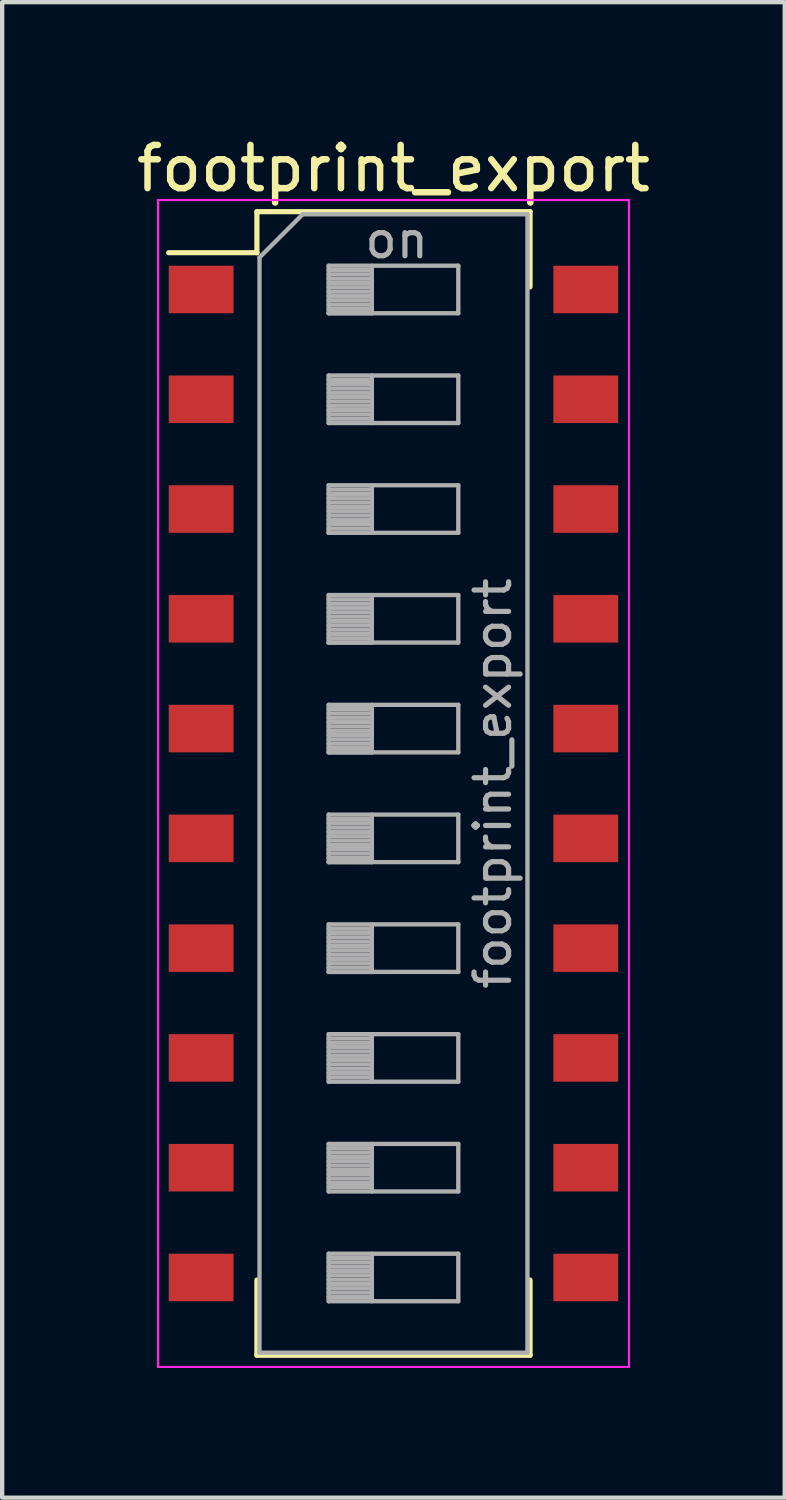
<source format=kicad_pcb>
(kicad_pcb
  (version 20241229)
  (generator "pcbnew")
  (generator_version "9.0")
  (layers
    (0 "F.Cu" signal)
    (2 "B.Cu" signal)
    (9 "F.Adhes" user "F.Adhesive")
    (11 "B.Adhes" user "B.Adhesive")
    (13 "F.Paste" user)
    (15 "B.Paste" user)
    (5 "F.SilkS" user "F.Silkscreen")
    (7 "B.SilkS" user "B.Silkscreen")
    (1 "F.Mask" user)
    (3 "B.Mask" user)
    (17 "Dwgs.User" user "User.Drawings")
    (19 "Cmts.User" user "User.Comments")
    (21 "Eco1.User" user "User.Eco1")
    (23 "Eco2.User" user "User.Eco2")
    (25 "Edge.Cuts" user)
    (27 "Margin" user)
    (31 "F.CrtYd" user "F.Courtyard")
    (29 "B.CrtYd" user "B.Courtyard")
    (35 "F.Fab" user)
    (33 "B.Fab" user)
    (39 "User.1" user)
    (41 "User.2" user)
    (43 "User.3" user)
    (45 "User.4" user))
  (footprint "footprint_export"
    (layer "F.Cu")
    (at 6.054 15.078)
    (property "Reference" "footprint_export" (at 0 -14.23 0) (layer "F.SilkS") (effects (font (size 1 1) (thickness 0.15))))
    (attr smd)
    (fp_line (start -5.2 -12.281) (end -3.16 -12.281) (stroke (width 0.12) (type solid)) (layer "F.SilkS"))
    (fp_line (start -3.16 -13.23) (end -3.16 -12.281) (stroke (width 0.12) (type solid)) (layer "F.SilkS"))
    (fp_line (start -3.16 -13.23) (end 3.16 -13.23) (stroke (width 0.12) (type solid)) (layer "F.SilkS"))
    (fp_line (start -3.16 11.49) (end -3.16 13.23) (stroke (width 0.12) (type solid)) (layer "F.SilkS"))
    (fp_line (start -3.16 13.23) (end 3.16 13.23) (stroke (width 0.12) (type solid)) (layer "F.SilkS"))
    (fp_line (start 3.16 -13.23) (end 3.16 -11.491) (stroke (width 0.12) (type solid)) (layer "F.SilkS"))
    (fp_line (start 3.16 11.49) (end 3.16 13.23) (stroke (width 0.12) (type solid)) (layer "F.SilkS"))
    (fp_line (start -5.45 -13.5) (end -5.45 13.5) (stroke (width 0.05) (type solid)) (layer "F.CrtYd"))
    (fp_line (start -5.45 13.5) (end 5.45 13.5) (stroke (width 0.05) (type solid)) (layer "F.CrtYd"))
    (fp_line (start 5.45 -13.5) (end -5.45 -13.5) (stroke (width 0.05) (type solid)) (layer "F.CrtYd"))
    (fp_line (start 5.45 13.5) (end 5.45 -13.5) (stroke (width 0.05) (type solid)) (layer "F.CrtYd"))
    (fp_line (start -3.1 -12.17) (end -2.1 -13.17) (stroke (width 0.1) (type solid)) (layer "F.Fab"))
    (fp_line (start -3.1 13.17) (end -3.1 -12.17) (stroke (width 0.1) (type solid)) (layer "F.Fab"))
    (fp_line (start -2.1 -13.17) (end 3.1 -13.17) (stroke (width 0.1) (type solid)) (layer "F.Fab"))
    (fp_line (start -1.5 -11.98) (end -1.5 -10.88) (stroke (width 0.1) (type solid)) (layer "F.Fab"))
    (fp_line (start -1.5 -11.88) (end -0.5 -11.88) (stroke (width 0.1) (type solid)) (layer "F.Fab"))
    (fp_line (start -1.5 -11.78) (end -0.5 -11.78) (stroke (width 0.1) (type solid)) (layer "F.Fab"))
    (fp_line (start -1.5 -11.68) (end -0.5 -11.68) (stroke (width 0.1) (type solid)) (layer "F.Fab"))
    (fp_line (start -1.5 -11.58) (end -0.5 -11.58) (stroke (width 0.1) (type solid)) (layer "F.Fab"))
    (fp_line (start -1.5 -11.48) (end -0.5 -11.48) (stroke (width 0.1) (type solid)) (layer "F.Fab"))
    (fp_line (start -1.5 -11.38) (end -0.5 -11.38) (stroke (width 0.1) (type solid)) (layer "F.Fab"))
    (fp_line (start -1.5 -11.28) (end -0.5 -11.28) (stroke (width 0.1) (type solid)) (layer "F.Fab"))
    (fp_line (start -1.5 -11.18) (end -0.5 -11.18) (stroke (width 0.1) (type solid)) (layer "F.Fab"))
    (fp_line (start -1.5 -11.08) (end -0.5 -11.08) (stroke (width 0.1) (type solid)) (layer "F.Fab"))
    (fp_line (start -1.5 -10.98) (end -0.5 -10.98) (stroke (width 0.1) (type solid)) (layer "F.Fab"))
    (fp_line (start -1.5 -10.88) (end -0.5 -10.88) (stroke (width 0.1) (type solid)) (layer "F.Fab"))
    (fp_line (start -1.5 -10.88) (end 1.5 -10.88) (stroke (width 0.1) (type solid)) (layer "F.Fab"))
    (fp_line (start -1.5 -9.44) (end -1.5 -8.34) (stroke (width 0.1) (type solid)) (layer "F.Fab"))
    (fp_line (start -1.5 -9.34) (end -0.5 -9.34) (stroke (width 0.1) (type solid)) (layer "F.Fab"))
    (fp_line (start -1.5 -9.24) (end -0.5 -9.24) (stroke (width 0.1) (type solid)) (layer "F.Fab"))
    (fp_line (start -1.5 -9.14) (end -0.5 -9.14) (stroke (width 0.1) (type solid)) (layer "F.Fab"))
    (fp_line (start -1.5 -9.04) (end -0.5 -9.04) (stroke (width 0.1) (type solid)) (layer "F.Fab"))
    (fp_line (start -1.5 -8.94) (end -0.5 -8.94) (stroke (width 0.1) (type solid)) (layer "F.Fab"))
    (fp_line (start -1.5 -8.84) (end -0.5 -8.84) (stroke (width 0.1) (type solid)) (layer "F.Fab"))
    (fp_line (start -1.5 -8.74) (end -0.5 -8.74) (stroke (width 0.1) (type solid)) (layer "F.Fab"))
    (fp_line (start -1.5 -8.64) (end -0.5 -8.64) (stroke (width 0.1) (type solid)) (layer "F.Fab"))
    (fp_line (start -1.5 -8.54) (end -0.5 -8.54) (stroke (width 0.1) (type solid)) (layer "F.Fab"))
    (fp_line (start -1.5 -8.44) (end -0.5 -8.44) (stroke (width 0.1) (type solid)) (layer "F.Fab"))
    (fp_line (start -1.5 -8.34) (end 1.5 -8.34) (stroke (width 0.1) (type solid)) (layer "F.Fab"))
    (fp_line (start -1.5 -6.9) (end -1.5 -5.8) (stroke (width 0.1) (type solid)) (layer "F.Fab"))
    (fp_line (start -1.5 -6.8) (end -0.5 -6.8) (stroke (width 0.1) (type solid)) (layer "F.Fab"))
    (fp_line (start -1.5 -6.7) (end -0.5 -6.7) (stroke (width 0.1) (type solid)) (layer "F.Fab"))
    (fp_line (start -1.5 -6.6) (end -0.5 -6.6) (stroke (width 0.1) (type solid)) (layer "F.Fab"))
    (fp_line (start -1.5 -6.5) (end -0.5 -6.5) (stroke (width 0.1) (type solid)) (layer "F.Fab"))
    (fp_line (start -1.5 -6.4) (end -0.5 -6.4) (stroke (width 0.1) (type solid)) (layer "F.Fab"))
    (fp_line (start -1.5 -6.3) (end -0.5 -6.3) (stroke (width 0.1) (type solid)) (layer "F.Fab"))
    (fp_line (start -1.5 -6.2) (end -0.5 -6.2) (stroke (width 0.1) (type solid)) (layer "F.Fab"))
    (fp_line (start -1.5 -6.1) (end -0.5 -6.1) (stroke (width 0.1) (type solid)) (layer "F.Fab"))
    (fp_line (start -1.5 -6) (end -0.5 -6) (stroke (width 0.1) (type solid)) (layer "F.Fab"))
    (fp_line (start -1.5 -5.9) (end -0.5 -5.9) (stroke (width 0.1) (type solid)) (layer "F.Fab"))
    (fp_line (start -1.5 -5.8) (end -0.5 -5.8) (stroke (width 0.1) (type solid)) (layer "F.Fab"))
    (fp_line (start -1.5 -5.8) (end 1.5 -5.8) (stroke (width 0.1) (type solid)) (layer "F.Fab"))
    (fp_line (start -1.5 -4.36) (end -1.5 -3.26) (stroke (width 0.1) (type solid)) (layer "F.Fab"))
    (fp_line (start -1.5 -4.26) (end -0.5 -4.26) (stroke (width 0.1) (type solid)) (layer "F.Fab"))
    (fp_line (start -1.5 -4.16) (end -0.5 -4.16) (stroke (width 0.1) (type solid)) (layer "F.Fab"))
    (fp_line (start -1.5 -4.06) (end -0.5 -4.06) (stroke (width 0.1) (type solid)) (layer "F.Fab"))
    (fp_line (start -1.5 -3.96) (end -0.5 -3.96) (stroke (width 0.1) (type solid)) (layer "F.Fab"))
    (fp_line (start -1.5 -3.86) (end -0.5 -3.86) (stroke (width 0.1) (type solid)) (layer "F.Fab"))
    (fp_line (start -1.5 -3.76) (end -0.5 -3.76) (stroke (width 0.1) (type solid)) (layer "F.Fab"))
    (fp_line (start -1.5 -3.66) (end -0.5 -3.66) (stroke (width 0.1) (type solid)) (layer "F.Fab"))
    (fp_line (start -1.5 -3.56) (end -0.5 -3.56) (stroke (width 0.1) (type solid)) (layer "F.Fab"))
    (fp_line (start -1.5 -3.46) (end -0.5 -3.46) (stroke (width 0.1) (type solid)) (layer "F.Fab"))
    (fp_line (start -1.5 -3.36) (end -0.5 -3.36) (stroke (width 0.1) (type solid)) (layer "F.Fab"))
    (fp_line (start -1.5 -3.26) (end -0.5 -3.26) (stroke (width 0.1) (type solid)) (layer "F.Fab"))
    (fp_line (start -1.5 -3.26) (end 1.5 -3.26) (stroke (width 0.1) (type solid)) (layer "F.Fab"))
    (fp_line (start -1.5 -1.82) (end -1.5 -0.72) (stroke (width 0.1) (type solid)) (layer "F.Fab"))
    (fp_line (start -1.5 -1.72) (end -0.5 -1.72) (stroke (width 0.1) (type solid)) (layer "F.Fab"))
    (fp_line (start -1.5 -1.62) (end -0.5 -1.62) (stroke (width 0.1) (type solid)) (layer "F.Fab"))
    (fp_line (start -1.5 -1.52) (end -0.5 -1.52) (stroke (width 0.1) (type solid)) (layer "F.Fab"))
    (fp_line (start -1.5 -1.42) (end -0.5 -1.42) (stroke (width 0.1) (type solid)) (layer "F.Fab"))
    (fp_line (start -1.5 -1.32) (end -0.5 -1.32) (stroke (width 0.1) (type solid)) (layer "F.Fab"))
    (fp_line (start -1.5 -1.22) (end -0.5 -1.22) (stroke (width 0.1) (type solid)) (layer "F.Fab"))
    (fp_line (start -1.5 -1.12) (end -0.5 -1.12) (stroke (width 0.1) (type solid)) (layer "F.Fab"))
    (fp_line (start -1.5 -1.02) (end -0.5 -1.02) (stroke (width 0.1) (type solid)) (layer "F.Fab"))
    (fp_line (start -1.5 -0.92) (end -0.5 -0.92) (stroke (width 0.1) (type solid)) (layer "F.Fab"))
    (fp_line (start -1.5 -0.82) (end -0.5 -0.82) (stroke (width 0.1) (type solid)) (layer "F.Fab"))
    (fp_line (start -1.5 -0.72) (end -0.5 -0.72) (stroke (width 0.1) (type solid)) (layer "F.Fab"))
    (fp_line (start -1.5 -0.72) (end 1.5 -0.72) (stroke (width 0.1) (type solid)) (layer "F.Fab"))
    (fp_line (start -1.5 0.72) (end -1.5 1.82) (stroke (width 0.1) (type solid)) (layer "F.Fab"))
    (fp_line (start -1.5 0.82) (end -0.5 0.82) (stroke (width 0.1) (type solid)) (layer "F.Fab"))
    (fp_line (start -1.5 0.92) (end -0.5 0.92) (stroke (width 0.1) (type solid)) (layer "F.Fab"))
    (fp_line (start -1.5 1.02) (end -0.5 1.02) (stroke (width 0.1) (type solid)) (layer "F.Fab"))
    (fp_line (start -1.5 1.12) (end -0.5 1.12) (stroke (width 0.1) (type solid)) (layer "F.Fab"))
    (fp_line (start -1.5 1.22) (end -0.5 1.22) (stroke (width 0.1) (type solid)) (layer "F.Fab"))
    (fp_line (start -1.5 1.32) (end -0.5 1.32) (stroke (width 0.1) (type solid)) (layer "F.Fab"))
    (fp_line (start -1.5 1.42) (end -0.5 1.42) (stroke (width 0.1) (type solid)) (layer "F.Fab"))
    (fp_line (start -1.5 1.52) (end -0.5 1.52) (stroke (width 0.1) (type solid)) (layer "F.Fab"))
    (fp_line (start -1.5 1.62) (end -0.5 1.62) (stroke (width 0.1) (type solid)) (layer "F.Fab"))
    (fp_line (start -1.5 1.72) (end -0.5 1.72) (stroke (width 0.1) (type solid)) (layer "F.Fab"))
    (fp_line (start -1.5 1.82) (end -0.5 1.82) (stroke (width 0.1) (type solid)) (layer "F.Fab"))
    (fp_line (start -1.5 1.82) (end 1.5 1.82) (stroke (width 0.1) (type solid)) (layer "F.Fab"))
    (fp_line (start -1.5 3.26) (end -1.5 4.36) (stroke (width 0.1) (type solid)) (layer "F.Fab"))
    (fp_line (start -1.5 3.36) (end -0.5 3.36) (stroke (width 0.1) (type solid)) (layer "F.Fab"))
    (fp_line (start -1.5 3.46) (end -0.5 3.46) (stroke (width 0.1) (type solid)) (layer "F.Fab"))
    (fp_line (start -1.5 3.56) (end -0.5 3.56) (stroke (width 0.1) (type solid)) (layer "F.Fab"))
    (fp_line (start -1.5 3.66) (end -0.5 3.66) (stroke (width 0.1) (type solid)) (layer "F.Fab"))
    (fp_line (start -1.5 3.76) (end -0.5 3.76) (stroke (width 0.1) (type solid)) (layer "F.Fab"))
    (fp_line (start -1.5 3.86) (end -0.5 3.86) (stroke (width 0.1) (type solid)) (layer "F.Fab"))
    (fp_line (start -1.5 3.96) (end -0.5 3.96) (stroke (width 0.1) (type solid)) (layer "F.Fab"))
    (fp_line (start -1.5 4.06) (end -0.5 4.06) (stroke (width 0.1) (type solid)) (layer "F.Fab"))
    (fp_line (start -1.5 4.16) (end -0.5 4.16) (stroke (width 0.1) (type solid)) (layer "F.Fab"))
    (fp_line (start -1.5 4.26) (end -0.5 4.26) (stroke (width 0.1) (type solid)) (layer "F.Fab"))
    (fp_line (start -1.5 4.36) (end -0.5 4.36) (stroke (width 0.1) (type solid)) (layer "F.Fab"))
    (fp_line (start -1.5 4.36) (end 1.5 4.36) (stroke (width 0.1) (type solid)) (layer "F.Fab"))
    (fp_line (start -1.5 5.8) (end -1.5 6.9) (stroke (width 0.1) (type solid)) (layer "F.Fab"))
    (fp_line (start -1.5 5.9) (end -0.5 5.9) (stroke (width 0.1) (type solid)) (layer "F.Fab"))
    (fp_line (start -1.5 6) (end -0.5 6) (stroke (width 0.1) (type solid)) (layer "F.Fab"))
    (fp_line (start -1.5 6.1) (end -0.5 6.1) (stroke (width 0.1) (type solid)) (layer "F.Fab"))
    (fp_line (start -1.5 6.2) (end -0.5 6.2) (stroke (width 0.1) (type solid)) (layer "F.Fab"))
    (fp_line (start -1.5 6.3) (end -0.5 6.3) (stroke (width 0.1) (type solid)) (layer "F.Fab"))
    (fp_line (start -1.5 6.4) (end -0.5 6.4) (stroke (width 0.1) (type solid)) (layer "F.Fab"))
    (fp_line (start -1.5 6.5) (end -0.5 6.5) (stroke (width 0.1) (type solid)) (layer "F.Fab"))
    (fp_line (start -1.5 6.6) (end -0.5 6.6) (stroke (width 0.1) (type solid)) (layer "F.Fab"))
    (fp_line (start -1.5 6.7) (end -0.5 6.7) (stroke (width 0.1) (type solid)) (layer "F.Fab"))
    (fp_line (start -1.5 6.8) (end -0.5 6.8) (stroke (width 0.1) (type solid)) (layer "F.Fab"))
    (fp_line (start -1.5 6.9) (end 1.5 6.9) (stroke (width 0.1) (type solid)) (layer "F.Fab"))
    (fp_line (start -1.5 8.34) (end -1.5 9.44) (stroke (width 0.1) (type solid)) (layer "F.Fab"))
    (fp_line (start -1.5 8.44) (end -0.5 8.44) (stroke (width 0.1) (type solid)) (layer "F.Fab"))
    (fp_line (start -1.5 8.54) (end -0.5 8.54) (stroke (width 0.1) (type solid)) (layer "F.Fab"))
    (fp_line (start -1.5 8.64) (end -0.5 8.64) (stroke (width 0.1) (type solid)) (layer "F.Fab"))
    (fp_line (start -1.5 8.74) (end -0.5 8.74) (stroke (width 0.1) (type solid)) (layer "F.Fab"))
    (fp_line (start -1.5 8.84) (end -0.5 8.84) (stroke (width 0.1) (type solid)) (layer "F.Fab"))
    (fp_line (start -1.5 8.94) (end -0.5 8.94) (stroke (width 0.1) (type solid)) (layer "F.Fab"))
    (fp_line (start -1.5 9.04) (end -0.5 9.04) (stroke (width 0.1) (type solid)) (layer "F.Fab"))
    (fp_line (start -1.5 9.14) (end -0.5 9.14) (stroke (width 0.1) (type solid)) (layer "F.Fab"))
    (fp_line (start -1.5 9.24) (end -0.5 9.24) (stroke (width 0.1) (type solid)) (layer "F.Fab"))
    (fp_line (start -1.5 9.34) (end -0.5 9.34) (stroke (width 0.1) (type solid)) (layer "F.Fab"))
    (fp_line (start -1.5 9.44) (end 1.5 9.44) (stroke (width 0.1) (type solid)) (layer "F.Fab"))
    (fp_line (start -1.5 10.88) (end -1.5 11.98) (stroke (width 0.1) (type solid)) (layer "F.Fab"))
    (fp_line (start -1.5 10.98) (end -0.5 10.98) (stroke (width 0.1) (type solid)) (layer "F.Fab"))
    (fp_line (start -1.5 11.08) (end -0.5 11.08) (stroke (width 0.1) (type solid)) (layer "F.Fab"))
    (fp_line (start -1.5 11.18) (end -0.5 11.18) (stroke (width 0.1) (type solid)) (layer "F.Fab"))
    (fp_line (start -1.5 11.28) (end -0.5 11.28) (stroke (width 0.1) (type solid)) (layer "F.Fab"))
    (fp_line (start -1.5 11.38) (end -0.5 11.38) (stroke (width 0.1) (type solid)) (layer "F.Fab"))
    (fp_line (start -1.5 11.48) (end -0.5 11.48) (stroke (width 0.1) (type solid)) (layer "F.Fab"))
    (fp_line (start -1.5 11.58) (end -0.5 11.58) (stroke (width 0.1) (type solid)) (layer "F.Fab"))
    (fp_line (start -1.5 11.68) (end -0.5 11.68) (stroke (width 0.1) (type solid)) (layer "F.Fab"))
    (fp_line (start -1.5 11.78) (end -0.5 11.78) (stroke (width 0.1) (type solid)) (layer "F.Fab"))
    (fp_line (start -1.5 11.88) (end -0.5 11.88) (stroke (width 0.1) (type solid)) (layer "F.Fab"))
    (fp_line (start -1.5 11.98) (end 1.5 11.98) (stroke (width 0.1) (type solid)) (layer "F.Fab"))
    (fp_line (start -0.5 -11.98) (end -0.5 -10.88) (stroke (width 0.1) (type solid)) (layer "F.Fab"))
    (fp_line (start -0.5 -9.44) (end -0.5 -8.34) (stroke (width 0.1) (type solid)) (layer "F.Fab"))
    (fp_line (start -0.5 -6.9) (end -0.5 -5.8) (stroke (width 0.1) (type solid)) (layer "F.Fab"))
    (fp_line (start -0.5 -4.36) (end -0.5 -3.26) (stroke (width 0.1) (type solid)) (layer "F.Fab"))
    (fp_line (start -0.5 -1.82) (end -0.5 -0.72) (stroke (width 0.1) (type solid)) (layer "F.Fab"))
    (fp_line (start -0.5 0.72) (end -0.5 1.82) (stroke (width 0.1) (type solid)) (layer "F.Fab"))
    (fp_line (start -0.5 3.26) (end -0.5 4.36) (stroke (width 0.1) (type solid)) (layer "F.Fab"))
    (fp_line (start -0.5 5.8) (end -0.5 6.9) (stroke (width 0.1) (type solid)) (layer "F.Fab"))
    (fp_line (start -0.5 8.34) (end -0.5 9.44) (stroke (width 0.1) (type solid)) (layer "F.Fab"))
    (fp_line (start -0.5 10.88) (end -0.5 11.98) (stroke (width 0.1) (type solid)) (layer "F.Fab"))
    (fp_line (start 1.5 -11.98) (end -1.5 -11.98) (stroke (width 0.1) (type solid)) (layer "F.Fab"))
    (fp_line (start 1.5 -10.88) (end 1.5 -11.98) (stroke (width 0.1) (type solid)) (layer "F.Fab"))
    (fp_line (start 1.5 -9.44) (end -1.5 -9.44) (stroke (width 0.1) (type solid)) (layer "F.Fab"))
    (fp_line (start 1.5 -8.34) (end 1.5 -9.44) (stroke (width 0.1) (type solid)) (layer "F.Fab"))
    (fp_line (start 1.5 -6.9) (end -1.5 -6.9) (stroke (width 0.1) (type solid)) (layer "F.Fab"))
    (fp_line (start 1.5 -5.8) (end 1.5 -6.9) (stroke (width 0.1) (type solid)) (layer "F.Fab"))
    (fp_line (start 1.5 -4.36) (end -1.5 -4.36) (stroke (width 0.1) (type solid)) (layer "F.Fab"))
    (fp_line (start 1.5 -3.26) (end 1.5 -4.36) (stroke (width 0.1) (type solid)) (layer "F.Fab"))
    (fp_line (start 1.5 -1.82) (end -1.5 -1.82) (stroke (width 0.1) (type solid)) (layer "F.Fab"))
    (fp_line (start 1.5 -0.72) (end 1.5 -1.82) (stroke (width 0.1) (type solid)) (layer "F.Fab"))
    (fp_line (start 1.5 0.72) (end -1.5 0.72) (stroke (width 0.1) (type solid)) (layer "F.Fab"))
    (fp_line (start 1.5 1.82) (end 1.5 0.72) (stroke (width 0.1) (type solid)) (layer "F.Fab"))
    (fp_line (start 1.5 3.26) (end -1.5 3.26) (stroke (width 0.1) (type solid)) (layer "F.Fab"))
    (fp_line (start 1.5 4.36) (end 1.5 3.26) (stroke (width 0.1) (type solid)) (layer "F.Fab"))
    (fp_line (start 1.5 5.8) (end -1.5 5.8) (stroke (width 0.1) (type solid)) (layer "F.Fab"))
    (fp_line (start 1.5 6.9) (end 1.5 5.8) (stroke (width 0.1) (type solid)) (layer "F.Fab"))
    (fp_line (start 1.5 8.34) (end -1.5 8.34) (stroke (width 0.1) (type solid)) (layer "F.Fab"))
    (fp_line (start 1.5 9.44) (end 1.5 8.34) (stroke (width 0.1) (type solid)) (layer "F.Fab"))
    (fp_line (start 1.5 10.88) (end -1.5 10.88) (stroke (width 0.1) (type solid)) (layer "F.Fab"))
    (fp_line (start 1.5 11.98) (end 1.5 10.88) (stroke (width 0.1) (type solid)) (layer "F.Fab"))
    (fp_line (start 3.1 -13.17) (end 3.1 13.17) (stroke (width 0.1) (type solid)) (layer "F.Fab"))
    (fp_line (start 3.1 13.17) (end -3.1 13.17) (stroke (width 0.1) (type solid)) (layer "F.Fab"))
    (fp_text user "on" (at 0.075 -12.575 0) (layer "F.Fab") (effects (font (size 0.8 0.8) (thickness 0.12))))
    (fp_text user "${REFERENCE}" (at 2.3 0 90) (layer "F.Fab") (effects (font (size 0.8 0.8) (thickness 0.12))))
    (pad "1" smd rect (at -4.45 -11.43) (size 1.5 1.1) (layers "F.Cu" "F.Mask" "F.Paste"))
    (pad "2" smd rect (at -4.45 -8.89) (size 1.5 1.1) (layers "F.Cu" "F.Mask" "F.Paste"))
    (pad "3" smd rect (at -4.45 -6.35) (size 1.5 1.1) (layers "F.Cu" "F.Mask" "F.Paste"))
    (pad "4" smd rect (at -4.45 -3.81) (size 1.5 1.1) (layers "F.Cu" "F.Mask" "F.Paste"))
    (pad "5" smd rect (at -4.45 -1.27) (size 1.5 1.1) (layers "F.Cu" "F.Mask" "F.Paste"))
    (pad "6" smd rect (at -4.45 1.27) (size 1.5 1.1) (layers "F.Cu" "F.Mask" "F.Paste"))
    (pad "7" smd rect (at -4.45 3.81) (size 1.5 1.1) (layers "F.Cu" "F.Mask" "F.Paste"))
    (pad "8" smd rect (at -4.45 6.35) (size 1.5 1.1) (layers "F.Cu" "F.Mask" "F.Paste"))
    (pad "9" smd rect (at -4.45 8.89) (size 1.5 1.1) (layers "F.Cu" "F.Mask" "F.Paste"))
    (pad "10" smd rect (at -4.45 11.43) (size 1.5 1.1) (layers "F.Cu" "F.Mask" "F.Paste"))
    (pad "11" smd rect (at 4.45 11.43) (size 1.5 1.1) (layers "F.Cu" "F.Mask" "F.Paste"))
    (pad "12" smd rect (at 4.45 8.89) (size 1.5 1.1) (layers "F.Cu" "F.Mask" "F.Paste"))
    (pad "13" smd rect (at 4.45 6.35) (size 1.5 1.1) (layers "F.Cu" "F.Mask" "F.Paste"))
    (pad "14" smd rect (at 4.45 3.81) (size 1.5 1.1) (layers "F.Cu" "F.Mask" "F.Paste"))
    (pad "15" smd rect (at 4.45 1.27) (size 1.5 1.1) (layers "F.Cu" "F.Mask" "F.Paste"))
    (pad "16" smd rect (at 4.45 -1.27) (size 1.5 1.1) (layers "F.Cu" "F.Mask" "F.Paste"))
    (pad "17" smd rect (at 4.45 -3.81) (size 1.5 1.1) (layers "F.Cu" "F.Mask" "F.Paste"))
    (pad "18" smd rect (at 4.45 -6.35) (size 1.5 1.1) (layers "F.Cu" "F.Mask" "F.Paste"))
    (pad "19" smd rect (at 4.45 -8.89) (size 1.5 1.1) (layers "F.Cu" "F.Mask" "F.Paste"))
    (pad "20" smd rect (at 4.45 -11.43) (size 1.5 1.1) (layers "F.Cu" "F.Mask" "F.Paste")))
  (gr_rect
    (start -3 -3)
    (end 15.107 31.603)
    (stroke (width 0.1) (type default))
    (fill no)
    (layer "Edge.Cuts")))
</source>
